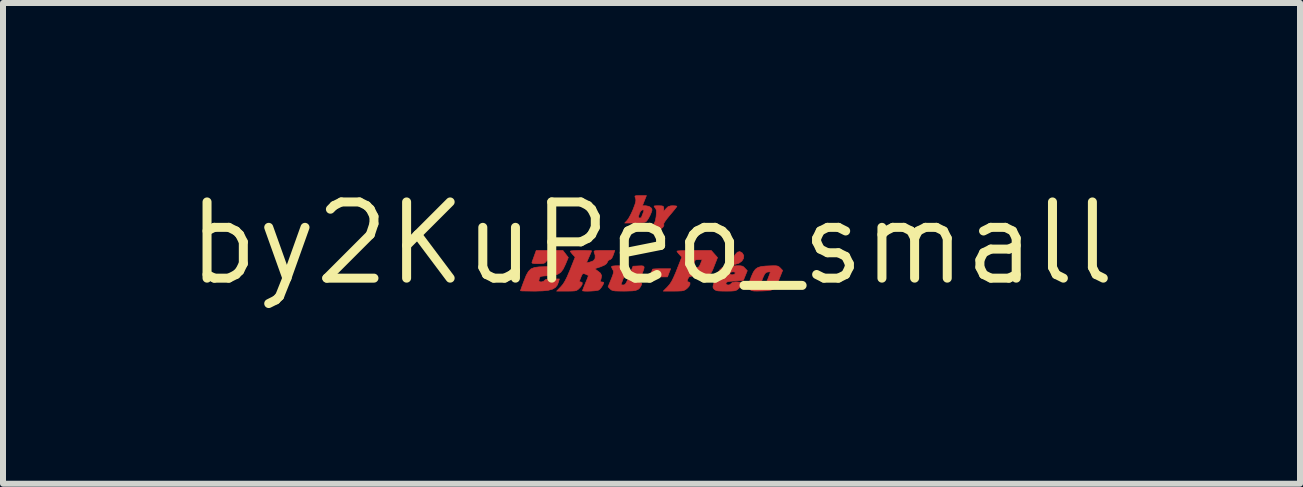
<source format=kicad_pcb>
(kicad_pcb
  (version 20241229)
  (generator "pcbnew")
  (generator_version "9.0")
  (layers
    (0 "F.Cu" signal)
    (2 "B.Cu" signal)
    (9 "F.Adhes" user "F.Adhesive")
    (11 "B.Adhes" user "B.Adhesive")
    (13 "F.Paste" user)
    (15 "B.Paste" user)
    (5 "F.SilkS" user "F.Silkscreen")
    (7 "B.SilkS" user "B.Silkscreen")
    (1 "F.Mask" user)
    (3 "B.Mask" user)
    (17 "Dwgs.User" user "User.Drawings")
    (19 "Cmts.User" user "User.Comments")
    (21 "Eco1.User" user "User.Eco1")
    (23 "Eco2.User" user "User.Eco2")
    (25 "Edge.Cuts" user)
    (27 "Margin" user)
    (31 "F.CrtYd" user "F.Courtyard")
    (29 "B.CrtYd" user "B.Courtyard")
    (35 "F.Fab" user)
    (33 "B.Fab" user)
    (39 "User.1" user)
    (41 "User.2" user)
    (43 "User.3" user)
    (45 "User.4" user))
  (footprint "by2KuPeo_small"
    (layer "F.Cu")
    (at 7.809 1.006)
    (property "Reference" "by2KuPeo_small" (at 0 0 0) (layer "F.SilkS") (effects (font (size 1.27 1.27) (thickness 0.15))))
    (attr through_hole)
    (fp_poly (pts (xy 0.292 0.491) (xy 0.266 0.559) (xy -0.034 0.559) (xy -0.009 0.497) (xy 0.008 0.457) (xy 0.016 0.432) (xy 0.017 0.43) (xy 0.033 0.427) (xy 0.075 0.425) (xy 0.135 0.423) (xy 0.168 0.423) (xy 0.319 0.423) (xy 0.292 0.491)) (stroke (width 0.01) (type solid)) (fill yes) (layer "F.Cu"))
    (fp_poly (pts (xy 1.512 0.16) (xy 1.514 0.162) (xy 1.538 0.205) (xy 1.533 0.252) (xy 1.505 0.296) (xy 1.456 0.331) (xy 1.393 0.35) (xy 1.392 0.35) (xy 1.319 0.36) (xy 1.355 0.269) (xy 1.392 0.191) (xy 1.431 0.147) (xy 1.471 0.137) (xy 1.512 0.16)) (stroke (width 0.01) (type solid)) (fill yes) (layer "F.Cu"))
    (fp_poly (pts (xy 0.396 -0.625) (xy 0.421 -0.62) (xy 0.423 -0.618) (xy 0.413 -0.602) (xy 0.385 -0.566) (xy 0.344 -0.516) (xy 0.305 -0.47) (xy 0.259 -0.413) (xy 0.224 -0.365) (xy 0.205 -0.333) (xy 0.203 -0.322) (xy 0.207 -0.302) (xy 0.194 -0.274) (xy 0.173 -0.253) (xy 0.144 -0.242) (xy 0.096 -0.237) (xy 0.063 -0.237) (xy -0.041 -0.237) (xy 0.012 -0.292) (xy 0.045 -0.332) (xy 0.064 -0.376) (xy 0.075 -0.437) (xy 0.077 -0.453) (xy 0.082 -0.516) (xy 0.08 -0.555) (xy 0.068 -0.582) (xy 0.059 -0.593) (xy 0.043 -0.613) (xy 0.045 -0.623) (xy 0.07 -0.626) (xy 0.116 -0.627) (xy 0.167 -0.625) (xy 0.193 -0.619) (xy 0.202 -0.602) (xy 0.204 -0.58) (xy 0.204 -0.533) (xy 0.243 -0.58) (xy 0.277 -0.612) (xy 0.319 -0.625) (xy 0.352 -0.627) (xy 0.396 -0.625)) (stroke (width 0.01) (type solid)) (fill yes) (layer "F.Cu"))
    (fp_poly (pts (xy -0.119 -0.711) (xy -0.152 -0.627) (xy -0.096 -0.627) (xy -0.042 -0.616) (xy -0.01 -0.595) (xy 0.005 -0.575) (xy 0.008 -0.554) (xy -0.001 -0.522) (xy -0.023 -0.469) (xy -0.051 -0.416) (xy -0.08 -0.374) (xy -0.099 -0.357) (xy -0.131 -0.349) (xy -0.186 -0.343) (xy -0.256 -0.339) (xy -0.29 -0.339) (xy -0.447 -0.339) (xy -0.404 -0.385) (xy -0.378 -0.423) (xy -0.373 -0.432) (xy -0.218 -0.432) (xy -0.206 -0.424) (xy -0.195 -0.423) (xy -0.172 -0.427) (xy -0.169 -0.43) (xy -0.163 -0.448) (xy -0.149 -0.485) (xy -0.144 -0.497) (xy -0.129 -0.537) (xy -0.128 -0.554) (xy -0.143 -0.559) (xy -0.149 -0.559) (xy -0.178 -0.543) (xy -0.2 -0.503) (xy -0.215 -0.456) (xy -0.218 -0.432) (xy -0.373 -0.432) (xy -0.346 -0.481) (xy -0.314 -0.55) (xy -0.305 -0.572) (xy -0.278 -0.644) (xy -0.264 -0.692) (xy -0.261 -0.725) (xy -0.267 -0.751) (xy -0.268 -0.754) (xy -0.277 -0.777) (xy -0.274 -0.79) (xy -0.251 -0.795) (xy -0.202 -0.796) (xy -0.186 -0.796) (xy -0.085 -0.796) (xy -0.119 -0.711)) (stroke (width 0.01) (type solid)) (fill yes) (layer "F.Cu"))
    (fp_poly (pts (xy 2.076 0.374) (xy 2.107 0.38) (xy 2.128 0.393) (xy 2.146 0.41) (xy 2.185 0.451) (xy 2.131 0.585) (xy 2.097 0.668) (xy 2.067 0.725) (xy 2.035 0.76) (xy 1.992 0.78) (xy 1.932 0.789) (xy 1.847 0.793) (xy 1.841 0.793) (xy 1.761 0.795) (xy 1.709 0.794) (xy 1.675 0.789) (xy 1.653 0.779) (xy 1.635 0.763) (xy 1.634 0.762) (xy 1.616 0.739) (xy 1.61 0.717) (xy 1.616 0.69) (xy 1.812 0.69) (xy 1.826 0.693) (xy 1.858 0.691) (xy 1.885 0.683) (xy 1.907 0.662) (xy 1.928 0.62) (xy 1.942 0.585) (xy 1.962 0.532) (xy 1.976 0.493) (xy 1.981 0.478) (xy 1.967 0.475) (xy 1.937 0.477) (xy 1.91 0.486) (xy 1.887 0.51) (xy 1.864 0.555) (xy 1.853 0.583) (xy 1.832 0.636) (xy 1.817 0.674) (xy 1.812 0.69) (xy 1.616 0.69) (xy 1.617 0.683) (xy 1.63 0.645) (xy 1.666 0.548) (xy 1.698 0.478) (xy 1.732 0.431) (xy 1.774 0.402) (xy 1.829 0.386) (xy 1.904 0.378) (xy 1.954 0.376) (xy 2.028 0.373) (xy 2.076 0.374)) (stroke (width 0.01) (type solid)) (fill yes) (layer "F.Cu"))
    (fp_poly (pts (xy -0.484 0.373) (xy -0.435 0.376) (xy -0.406 0.38) (xy -0.403 0.382) (xy -0.404 0.401) (xy -0.417 0.443) (xy -0.438 0.502) (xy -0.45 0.534) (xy -0.476 0.598) (xy -0.495 0.649) (xy -0.507 0.68) (xy -0.508 0.686) (xy -0.494 0.692) (xy -0.47 0.694) (xy -0.45 0.69) (xy -0.432 0.673) (xy -0.412 0.638) (xy -0.387 0.579) (xy -0.371 0.538) (xy -0.309 0.381) (xy -0.214 0.376) (xy -0.164 0.374) (xy -0.135 0.379) (xy -0.123 0.395) (xy -0.128 0.429) (xy -0.149 0.485) (xy -0.168 0.533) (xy -0.192 0.594) (xy -0.204 0.63) (xy -0.204 0.648) (xy -0.193 0.655) (xy -0.185 0.657) (xy -0.164 0.664) (xy -0.163 0.68) (xy -0.178 0.712) (xy -0.199 0.746) (xy -0.226 0.769) (xy -0.265 0.784) (xy -0.321 0.792) (xy -0.401 0.795) (xy -0.461 0.796) (xy -0.546 0.795) (xy -0.604 0.793) (xy -0.642 0.787) (xy -0.667 0.778) (xy -0.686 0.763) (xy -0.689 0.76) (xy -0.724 0.724) (xy -0.673 0.599) (xy -0.648 0.536) (xy -0.636 0.495) (xy -0.634 0.468) (xy -0.641 0.446) (xy -0.649 0.434) (xy -0.665 0.402) (xy -0.665 0.383) (xy -0.644 0.378) (xy -0.599 0.374) (xy -0.543 0.373) (xy -0.484 0.373)) (stroke (width 0.01) (type solid)) (fill yes) (layer "F.Cu"))
    (fp_poly (pts (xy 1.483 0.374) (xy 1.514 0.38) (xy 1.535 0.392) (xy 1.556 0.413) (xy 1.596 0.456) (xy 1.563 0.537) (xy 1.53 0.618) (xy 1.388 0.627) (xy 1.316 0.632) (xy 1.272 0.639) (xy 1.248 0.649) (xy 1.24 0.664) (xy 1.239 0.665) (xy 1.248 0.686) (xy 1.274 0.695) (xy 1.304 0.69) (xy 1.326 0.671) (xy 1.327 0.669) (xy 1.347 0.652) (xy 1.393 0.644) (xy 1.422 0.643) (xy 1.479 0.648) (xy 1.506 0.665) (xy 1.501 0.694) (xy 1.466 0.737) (xy 1.458 0.746) (xy 1.433 0.769) (xy 1.41 0.783) (xy 1.379 0.791) (xy 1.333 0.795) (xy 1.264 0.796) (xy 1.24 0.796) (xy 1.16 0.795) (xy 1.107 0.792) (xy 1.074 0.784) (xy 1.052 0.772) (xy 1.043 0.763) (xy 1.029 0.746) (xy 1.024 0.727) (xy 1.028 0.699) (xy 1.043 0.654) (xy 1.068 0.586) (xy 1.069 0.583) (xy 1.103 0.501) (xy 1.103 0.5) (xy 1.304 0.5) (xy 1.318 0.52) (xy 1.344 0.525) (xy 1.38 0.515) (xy 1.395 0.5) (xy 1.393 0.481) (xy 1.365 0.474) (xy 1.354 0.474) (xy 1.314 0.482) (xy 1.304 0.5) (xy 1.103 0.5) (xy 1.134 0.445) (xy 1.172 0.409) (xy 1.223 0.389) (xy 1.295 0.379) (xy 1.361 0.376) (xy 1.435 0.373) (xy 1.483 0.374)) (stroke (width 0.01) (type solid)) (fill yes) (layer "F.Cu"))
    (fp_poly (pts (xy 1.048 0.178) (xy 1.1 0.237) (xy 1.065 0.326) (xy 1.043 0.382) (xy 1.024 0.43) (xy 1.016 0.449) (xy 0.997 0.485) (xy 0.967 0.51) (xy 0.921 0.526) (xy 0.853 0.535) (xy 0.784 0.539) (xy 0.71 0.543) (xy 0.661 0.548) (xy 0.633 0.555) (xy 0.618 0.568) (xy 0.609 0.587) (xy 0.608 0.587) (xy 0.595 0.625) (xy 0.597 0.64) (xy 0.614 0.643) (xy 0.618 0.643) (xy 0.64 0.654) (xy 0.641 0.682) (xy 0.623 0.719) (xy 0.591 0.752) (xy 0.565 0.772) (xy 0.538 0.785) (xy 0.503 0.792) (xy 0.451 0.795) (xy 0.374 0.796) (xy 0.368 0.796) (xy 0.196 0.796) (xy 0.268 0.723) (xy 0.303 0.682) (xy 0.335 0.634) (xy 0.367 0.57) (xy 0.404 0.485) (xy 0.422 0.439) (xy 0.435 0.406) (xy 0.677 0.406) (xy 0.734 0.406) (xy 0.772 0.403) (xy 0.795 0.385) (xy 0.815 0.345) (xy 0.817 0.339) (xy 0.844 0.271) (xy 0.786 0.271) (xy 0.747 0.273) (xy 0.729 0.277) (xy 0.728 0.277) (xy 0.722 0.296) (xy 0.708 0.333) (xy 0.703 0.345) (xy 0.677 0.406) (xy 0.435 0.406) (xy 0.505 0.229) (xy 0.464 0.185) (xy 0.437 0.153) (xy 0.424 0.132) (xy 0.423 0.13) (xy 0.439 0.126) (xy 0.484 0.123) (xy 0.551 0.121) (xy 0.635 0.119) (xy 0.709 0.119) (xy 0.996 0.119) (xy 1.048 0.178)) (stroke (width 0.01) (type solid)) (fill yes) (layer "F.Cu"))
    (fp_poly (pts (xy -1.432 0.177) (xy -1.387 0.236) (xy -1.434 0.349) (xy -1.472 0.428) (xy -1.512 0.482) (xy -1.561 0.514) (xy -1.629 0.532) (xy -1.718 0.539) (xy -1.788 0.543) (xy -1.831 0.548) (xy -1.855 0.557) (xy -1.866 0.572) (xy -1.869 0.582) (xy -1.878 0.622) (xy -1.87 0.639) (xy -1.842 0.643) (xy -1.837 0.643) (xy -1.801 0.634) (xy -1.784 0.618) (xy -1.769 0.604) (xy -1.735 0.596) (xy -1.674 0.593) (xy -1.656 0.593) (xy -1.537 0.593) (xy -1.549 0.639) (xy -1.569 0.693) (xy -1.601 0.734) (xy -1.65 0.763) (xy -1.719 0.782) (xy -1.812 0.792) (xy -1.935 0.796) (xy -1.955 0.796) (xy -2.039 0.795) (xy -2.109 0.794) (xy -2.159 0.793) (xy -2.183 0.79) (xy -2.184 0.79) (xy -2.179 0.772) (xy -2.164 0.73) (xy -2.142 0.67) (xy -2.125 0.625) (xy -2.088 0.532) (xy -2.051 0.467) (xy -2.008 0.425) (xy -1.951 0.402) (xy -1.875 0.392) (xy -1.786 0.389) (xy -1.726 0.388) (xy -1.691 0.381) (xy -1.675 0.368) (xy -1.672 0.36) (xy -1.658 0.317) (xy -1.651 0.301) (xy -1.653 0.279) (xy -1.677 0.269) (xy -1.71 0.271) (xy -1.742 0.285) (xy -1.761 0.305) (xy -1.776 0.324) (xy -1.802 0.334) (xy -1.848 0.338) (xy -1.89 0.339) (xy -1.953 0.337) (xy -1.986 0.331) (xy -1.994 0.319) (xy -1.994 0.318) (xy -1.984 0.29) (xy -1.967 0.244) (xy -1.954 0.207) (xy -1.922 0.119) (xy -1.477 0.119) (xy -1.432 0.177)) (stroke (width 0.01) (type solid)) (fill yes) (layer "F.Cu"))
    (fp_poly (pts (xy -0.638 0.195) (xy -0.662 0.248) (xy -0.687 0.27) (xy -0.694 0.271) (xy -0.722 0.286) (xy -0.735 0.312) (xy -0.751 0.339) (xy -0.787 0.364) (xy -0.848 0.39) (xy -0.93 0.417) (xy -0.937 0.429) (xy -0.911 0.451) (xy -0.9 0.458) (xy -0.851 0.497) (xy -0.832 0.538) (xy -0.841 0.59) (xy -0.842 0.595) (xy -0.853 0.629) (xy -0.845 0.642) (xy -0.828 0.643) (xy -0.802 0.648) (xy -0.796 0.653) (xy -0.806 0.684) (xy -0.831 0.726) (xy -0.86 0.762) (xy -0.88 0.778) (xy -0.907 0.785) (xy -0.953 0.791) (xy -1.01 0.795) (xy -1.068 0.797) (xy -1.117 0.796) (xy -1.146 0.792) (xy -1.151 0.789) (xy -1.145 0.772) (xy -1.129 0.731) (xy -1.106 0.675) (xy -1.1 0.66) (xy -1.076 0.603) (xy -1.059 0.559) (xy -1.053 0.536) (xy -1.053 0.535) (xy -1.071 0.527) (xy -1.103 0.512) (xy -1.133 0.503) (xy -1.151 0.51) (xy -1.167 0.54) (xy -1.175 0.56) (xy -1.194 0.608) (xy -1.2 0.633) (xy -1.194 0.642) (xy -1.177 0.643) (xy -1.155 0.654) (xy -1.156 0.682) (xy -1.178 0.721) (xy -1.201 0.746) (xy -1.225 0.769) (xy -1.249 0.784) (xy -1.28 0.792) (xy -1.326 0.795) (xy -1.397 0.796) (xy -1.416 0.796) (xy -1.582 0.796) (xy -1.512 0.724) (xy -1.476 0.682) (xy -1.443 0.629) (xy -1.408 0.56) (xy -1.368 0.466) (xy -1.357 0.44) (xy -1.273 0.229) (xy -1.314 0.185) (xy -1.341 0.153) (xy -1.354 0.132) (xy -1.355 0.13) (xy -1.339 0.125) (xy -1.296 0.122) (xy -1.234 0.119) (xy -1.177 0.119) (xy -1.104 0.119) (xy -1.045 0.121) (xy -1.008 0.123) (xy -0.999 0.125) (xy -1.005 0.142) (xy -1.022 0.182) (xy -1.042 0.228) (xy -1.085 0.325) (xy -1.029 0.313) (xy -0.97 0.291) (xy -0.941 0.253) (xy -0.94 0.198) (xy -0.956 0.148) (xy -0.959 0.135) (xy -0.951 0.126) (xy -0.926 0.121) (xy -0.879 0.119) (xy -0.804 0.119) (xy -0.79 0.119) (xy -0.612 0.119) (xy -0.638 0.195)) (stroke (width 0.01) (type solid)) (fill yes) (layer "F.Cu"))
    (fp_poly (pts (xy 0.292 0.491) (xy 0.266 0.559) (xy -0.034 0.559) (xy -0.009 0.497) (xy 0.008 0.457) (xy 0.016 0.432) (xy 0.017 0.43) (xy 0.033 0.427) (xy 0.075 0.425) (xy 0.135 0.423) (xy 0.168 0.423) (xy 0.319 0.423) (xy 0.292 0.491)) (stroke (width 0.01) (type solid)) (fill yes) (layer "F.Mask"))
    (fp_poly (pts (xy 1.512 0.16) (xy 1.514 0.162) (xy 1.538 0.205) (xy 1.533 0.252) (xy 1.505 0.296) (xy 1.456 0.331) (xy 1.393 0.35) (xy 1.392 0.35) (xy 1.319 0.36) (xy 1.355 0.269) (xy 1.392 0.191) (xy 1.431 0.147) (xy 1.471 0.137) (xy 1.512 0.16)) (stroke (width 0.01) (type solid)) (fill yes) (layer "F.Mask"))
    (fp_poly (pts (xy 0.396 -0.625) (xy 0.421 -0.62) (xy 0.423 -0.618) (xy 0.413 -0.602) (xy 0.385 -0.566) (xy 0.344 -0.516) (xy 0.305 -0.47) (xy 0.259 -0.413) (xy 0.224 -0.365) (xy 0.205 -0.333) (xy 0.203 -0.322) (xy 0.207 -0.302) (xy 0.194 -0.274) (xy 0.173 -0.253) (xy 0.144 -0.242) (xy 0.096 -0.237) (xy 0.063 -0.237) (xy -0.041 -0.237) (xy 0.012 -0.292) (xy 0.045 -0.332) (xy 0.064 -0.376) (xy 0.075 -0.437) (xy 0.077 -0.453) (xy 0.082 -0.516) (xy 0.08 -0.555) (xy 0.068 -0.582) (xy 0.059 -0.593) (xy 0.043 -0.613) (xy 0.045 -0.623) (xy 0.07 -0.626) (xy 0.116 -0.627) (xy 0.167 -0.625) (xy 0.193 -0.619) (xy 0.202 -0.602) (xy 0.204 -0.58) (xy 0.204 -0.533) (xy 0.243 -0.58) (xy 0.277 -0.612) (xy 0.319 -0.625) (xy 0.352 -0.627) (xy 0.396 -0.625)) (stroke (width 0.01) (type solid)) (fill yes) (layer "F.Mask"))
    (fp_poly (pts (xy -0.119 -0.711) (xy -0.152 -0.627) (xy -0.096 -0.627) (xy -0.042 -0.616) (xy -0.01 -0.595) (xy 0.005 -0.575) (xy 0.008 -0.554) (xy -0.001 -0.522) (xy -0.023 -0.469) (xy -0.051 -0.416) (xy -0.08 -0.374) (xy -0.099 -0.357) (xy -0.131 -0.349) (xy -0.186 -0.343) (xy -0.256 -0.339) (xy -0.29 -0.339) (xy -0.447 -0.339) (xy -0.404 -0.385) (xy -0.378 -0.423) (xy -0.373 -0.432) (xy -0.218 -0.432) (xy -0.206 -0.424) (xy -0.195 -0.423) (xy -0.172 -0.427) (xy -0.169 -0.43) (xy -0.163 -0.448) (xy -0.149 -0.485) (xy -0.144 -0.497) (xy -0.129 -0.537) (xy -0.128 -0.554) (xy -0.143 -0.559) (xy -0.149 -0.559) (xy -0.178 -0.543) (xy -0.2 -0.503) (xy -0.215 -0.456) (xy -0.218 -0.432) (xy -0.373 -0.432) (xy -0.346 -0.481) (xy -0.314 -0.55) (xy -0.305 -0.572) (xy -0.278 -0.644) (xy -0.264 -0.692) (xy -0.261 -0.725) (xy -0.267 -0.751) (xy -0.268 -0.754) (xy -0.277 -0.777) (xy -0.274 -0.79) (xy -0.251 -0.795) (xy -0.202 -0.796) (xy -0.186 -0.796) (xy -0.085 -0.796) (xy -0.119 -0.711)) (stroke (width 0.01) (type solid)) (fill yes) (layer "F.Mask"))
    (fp_poly (pts (xy 2.076 0.374) (xy 2.107 0.38) (xy 2.128 0.393) (xy 2.146 0.41) (xy 2.185 0.451) (xy 2.131 0.585) (xy 2.097 0.668) (xy 2.067 0.725) (xy 2.035 0.76) (xy 1.992 0.78) (xy 1.932 0.789) (xy 1.847 0.793) (xy 1.841 0.793) (xy 1.761 0.795) (xy 1.709 0.794) (xy 1.675 0.789) (xy 1.653 0.779) (xy 1.635 0.763) (xy 1.634 0.762) (xy 1.616 0.739) (xy 1.61 0.717) (xy 1.616 0.69) (xy 1.812 0.69) (xy 1.826 0.693) (xy 1.858 0.691) (xy 1.885 0.683) (xy 1.907 0.662) (xy 1.928 0.62) (xy 1.942 0.585) (xy 1.962 0.532) (xy 1.976 0.493) (xy 1.981 0.478) (xy 1.967 0.475) (xy 1.937 0.477) (xy 1.91 0.486) (xy 1.887 0.51) (xy 1.864 0.555) (xy 1.853 0.583) (xy 1.832 0.636) (xy 1.817 0.674) (xy 1.812 0.69) (xy 1.616 0.69) (xy 1.617 0.683) (xy 1.63 0.645) (xy 1.666 0.548) (xy 1.698 0.478) (xy 1.732 0.431) (xy 1.774 0.402) (xy 1.829 0.386) (xy 1.904 0.378) (xy 1.954 0.376) (xy 2.028 0.373) (xy 2.076 0.374)) (stroke (width 0.01) (type solid)) (fill yes) (layer "F.Mask"))
    (fp_poly (pts (xy -0.484 0.373) (xy -0.435 0.376) (xy -0.406 0.38) (xy -0.403 0.382) (xy -0.404 0.401) (xy -0.417 0.443) (xy -0.438 0.502) (xy -0.45 0.534) (xy -0.476 0.598) (xy -0.495 0.649) (xy -0.507 0.68) (xy -0.508 0.686) (xy -0.494 0.692) (xy -0.47 0.694) (xy -0.45 0.69) (xy -0.432 0.673) (xy -0.412 0.638) (xy -0.387 0.579) (xy -0.371 0.538) (xy -0.309 0.381) (xy -0.214 0.376) (xy -0.164 0.374) (xy -0.135 0.379) (xy -0.123 0.395) (xy -0.128 0.429) (xy -0.149 0.485) (xy -0.168 0.533) (xy -0.192 0.594) (xy -0.204 0.63) (xy -0.204 0.648) (xy -0.193 0.655) (xy -0.185 0.657) (xy -0.164 0.664) (xy -0.163 0.68) (xy -0.178 0.712) (xy -0.199 0.746) (xy -0.226 0.769) (xy -0.265 0.784) (xy -0.321 0.792) (xy -0.401 0.795) (xy -0.461 0.796) (xy -0.546 0.795) (xy -0.604 0.793) (xy -0.642 0.787) (xy -0.667 0.778) (xy -0.686 0.763) (xy -0.689 0.76) (xy -0.724 0.724) (xy -0.673 0.599) (xy -0.648 0.536) (xy -0.636 0.495) (xy -0.634 0.468) (xy -0.641 0.446) (xy -0.649 0.434) (xy -0.665 0.402) (xy -0.665 0.383) (xy -0.644 0.378) (xy -0.599 0.374) (xy -0.543 0.373) (xy -0.484 0.373)) (stroke (width 0.01) (type solid)) (fill yes) (layer "F.Mask"))
    (fp_poly (pts (xy 1.483 0.374) (xy 1.514 0.38) (xy 1.535 0.392) (xy 1.556 0.413) (xy 1.596 0.456) (xy 1.563 0.537) (xy 1.53 0.618) (xy 1.388 0.627) (xy 1.316 0.632) (xy 1.272 0.639) (xy 1.248 0.649) (xy 1.24 0.664) (xy 1.239 0.665) (xy 1.248 0.686) (xy 1.274 0.695) (xy 1.304 0.69) (xy 1.326 0.671) (xy 1.327 0.669) (xy 1.347 0.652) (xy 1.393 0.644) (xy 1.422 0.643) (xy 1.479 0.648) (xy 1.506 0.665) (xy 1.501 0.694) (xy 1.466 0.737) (xy 1.458 0.746) (xy 1.433 0.769) (xy 1.41 0.783) (xy 1.379 0.791) (xy 1.333 0.795) (xy 1.264 0.796) (xy 1.24 0.796) (xy 1.16 0.795) (xy 1.107 0.792) (xy 1.074 0.784) (xy 1.052 0.772) (xy 1.043 0.763) (xy 1.029 0.746) (xy 1.024 0.727) (xy 1.028 0.699) (xy 1.043 0.654) (xy 1.068 0.586) (xy 1.069 0.583) (xy 1.103 0.501) (xy 1.103 0.5) (xy 1.304 0.5) (xy 1.318 0.52) (xy 1.344 0.525) (xy 1.38 0.515) (xy 1.395 0.5) (xy 1.393 0.481) (xy 1.365 0.474) (xy 1.354 0.474) (xy 1.314 0.482) (xy 1.304 0.5) (xy 1.103 0.5) (xy 1.134 0.445) (xy 1.172 0.409) (xy 1.223 0.389) (xy 1.295 0.379) (xy 1.361 0.376) (xy 1.435 0.373) (xy 1.483 0.374)) (stroke (width 0.01) (type solid)) (fill yes) (layer "F.Mask"))
    (fp_poly (pts (xy 1.048 0.178) (xy 1.1 0.237) (xy 1.065 0.326) (xy 1.043 0.382) (xy 1.024 0.43) (xy 1.016 0.449) (xy 0.997 0.485) (xy 0.967 0.51) (xy 0.921 0.526) (xy 0.853 0.535) (xy 0.784 0.539) (xy 0.71 0.543) (xy 0.661 0.548) (xy 0.633 0.555) (xy 0.618 0.568) (xy 0.609 0.587) (xy 0.608 0.587) (xy 0.595 0.625) (xy 0.597 0.64) (xy 0.614 0.643) (xy 0.618 0.643) (xy 0.64 0.654) (xy 0.641 0.682) (xy 0.623 0.719) (xy 0.591 0.752) (xy 0.565 0.772) (xy 0.538 0.785) (xy 0.503 0.792) (xy 0.451 0.795) (xy 0.374 0.796) (xy 0.368 0.796) (xy 0.196 0.796) (xy 0.268 0.723) (xy 0.303 0.682) (xy 0.335 0.634) (xy 0.367 0.57) (xy 0.404 0.485) (xy 0.422 0.439) (xy 0.435 0.406) (xy 0.677 0.406) (xy 0.734 0.406) (xy 0.772 0.403) (xy 0.795 0.385) (xy 0.815 0.345) (xy 0.817 0.339) (xy 0.844 0.271) (xy 0.786 0.271) (xy 0.747 0.273) (xy 0.729 0.277) (xy 0.728 0.277) (xy 0.722 0.296) (xy 0.708 0.333) (xy 0.703 0.345) (xy 0.677 0.406) (xy 0.435 0.406) (xy 0.505 0.229) (xy 0.464 0.185) (xy 0.437 0.153) (xy 0.424 0.132) (xy 0.423 0.13) (xy 0.439 0.126) (xy 0.484 0.123) (xy 0.551 0.121) (xy 0.635 0.119) (xy 0.709 0.119) (xy 0.996 0.119) (xy 1.048 0.178)) (stroke (width 0.01) (type solid)) (fill yes) (layer "F.Mask"))
    (fp_poly (pts (xy -1.432 0.177) (xy -1.387 0.236) (xy -1.434 0.349) (xy -1.472 0.428) (xy -1.512 0.482) (xy -1.561 0.514) (xy -1.629 0.532) (xy -1.718 0.539) (xy -1.788 0.543) (xy -1.831 0.548) (xy -1.855 0.557) (xy -1.866 0.572) (xy -1.869 0.582) (xy -1.878 0.622) (xy -1.87 0.639) (xy -1.842 0.643) (xy -1.837 0.643) (xy -1.801 0.634) (xy -1.784 0.618) (xy -1.769 0.604) (xy -1.735 0.596) (xy -1.674 0.593) (xy -1.656 0.593) (xy -1.537 0.593) (xy -1.549 0.639) (xy -1.569 0.693) (xy -1.601 0.734) (xy -1.65 0.763) (xy -1.719 0.782) (xy -1.812 0.792) (xy -1.935 0.796) (xy -1.955 0.796) (xy -2.039 0.795) (xy -2.109 0.794) (xy -2.159 0.793) (xy -2.183 0.79) (xy -2.184 0.79) (xy -2.179 0.772) (xy -2.164 0.73) (xy -2.142 0.67) (xy -2.125 0.625) (xy -2.088 0.532) (xy -2.051 0.467) (xy -2.008 0.425) (xy -1.951 0.402) (xy -1.875 0.392) (xy -1.786 0.389) (xy -1.726 0.388) (xy -1.691 0.381) (xy -1.675 0.368) (xy -1.672 0.36) (xy -1.658 0.317) (xy -1.651 0.301) (xy -1.653 0.279) (xy -1.677 0.269) (xy -1.71 0.271) (xy -1.742 0.285) (xy -1.761 0.305) (xy -1.776 0.324) (xy -1.802 0.334) (xy -1.848 0.338) (xy -1.89 0.339) (xy -1.953 0.337) (xy -1.986 0.331) (xy -1.994 0.319) (xy -1.994 0.318) (xy -1.984 0.29) (xy -1.967 0.244) (xy -1.954 0.207) (xy -1.922 0.119) (xy -1.477 0.119) (xy -1.432 0.177)) (stroke (width 0.01) (type solid)) (fill yes) (layer "F.Mask"))
    (fp_poly (pts (xy -0.638 0.195) (xy -0.662 0.248) (xy -0.687 0.27) (xy -0.694 0.271) (xy -0.722 0.286) (xy -0.735 0.312) (xy -0.751 0.339) (xy -0.787 0.364) (xy -0.848 0.39) (xy -0.93 0.417) (xy -0.937 0.429) (xy -0.911 0.451) (xy -0.9 0.458) (xy -0.851 0.497) (xy -0.832 0.538) (xy -0.841 0.59) (xy -0.842 0.595) (xy -0.853 0.629) (xy -0.845 0.642) (xy -0.828 0.643) (xy -0.802 0.648) (xy -0.796 0.653) (xy -0.806 0.684) (xy -0.831 0.726) (xy -0.86 0.762) (xy -0.88 0.778) (xy -0.907 0.785) (xy -0.953 0.791) (xy -1.01 0.795) (xy -1.068 0.797) (xy -1.117 0.796) (xy -1.146 0.792) (xy -1.151 0.789) (xy -1.145 0.772) (xy -1.129 0.731) (xy -1.106 0.675) (xy -1.1 0.66) (xy -1.076 0.603) (xy -1.059 0.559) (xy -1.053 0.536) (xy -1.053 0.535) (xy -1.071 0.527) (xy -1.103 0.512) (xy -1.133 0.503) (xy -1.151 0.51) (xy -1.167 0.54) (xy -1.175 0.56) (xy -1.194 0.608) (xy -1.2 0.633) (xy -1.194 0.642) (xy -1.177 0.643) (xy -1.155 0.654) (xy -1.156 0.682) (xy -1.178 0.721) (xy -1.201 0.746) (xy -1.225 0.769) (xy -1.249 0.784) (xy -1.28 0.792) (xy -1.326 0.795) (xy -1.397 0.796) (xy -1.416 0.796) (xy -1.582 0.796) (xy -1.512 0.724) (xy -1.476 0.682) (xy -1.443 0.629) (xy -1.408 0.56) (xy -1.368 0.466) (xy -1.357 0.44) (xy -1.273 0.229) (xy -1.314 0.185) (xy -1.341 0.153) (xy -1.354 0.132) (xy -1.355 0.13) (xy -1.339 0.125) (xy -1.296 0.122) (xy -1.234 0.119) (xy -1.177 0.119) (xy -1.104 0.119) (xy -1.045 0.121) (xy -1.008 0.123) (xy -0.999 0.125) (xy -1.005 0.142) (xy -1.022 0.182) (xy -1.042 0.228) (xy -1.085 0.325) (xy -1.029 0.313) (xy -0.97 0.291) (xy -0.941 0.253) (xy -0.94 0.198) (xy -0.956 0.148) (xy -0.959 0.135) (xy -0.951 0.126) (xy -0.926 0.121) (xy -0.879 0.119) (xy -0.804 0.119) (xy -0.79 0.119) (xy -0.612 0.119) (xy -0.638 0.195)) (stroke (width 0.01) (type solid)) (fill yes) (layer "F.Mask")))
  (gr_rect
    (start -3 -3)
    (end 18.617 5.012)
    (stroke (width 0.1) (type default))
    (fill no)
    (layer "Edge.Cuts")))
</source>
